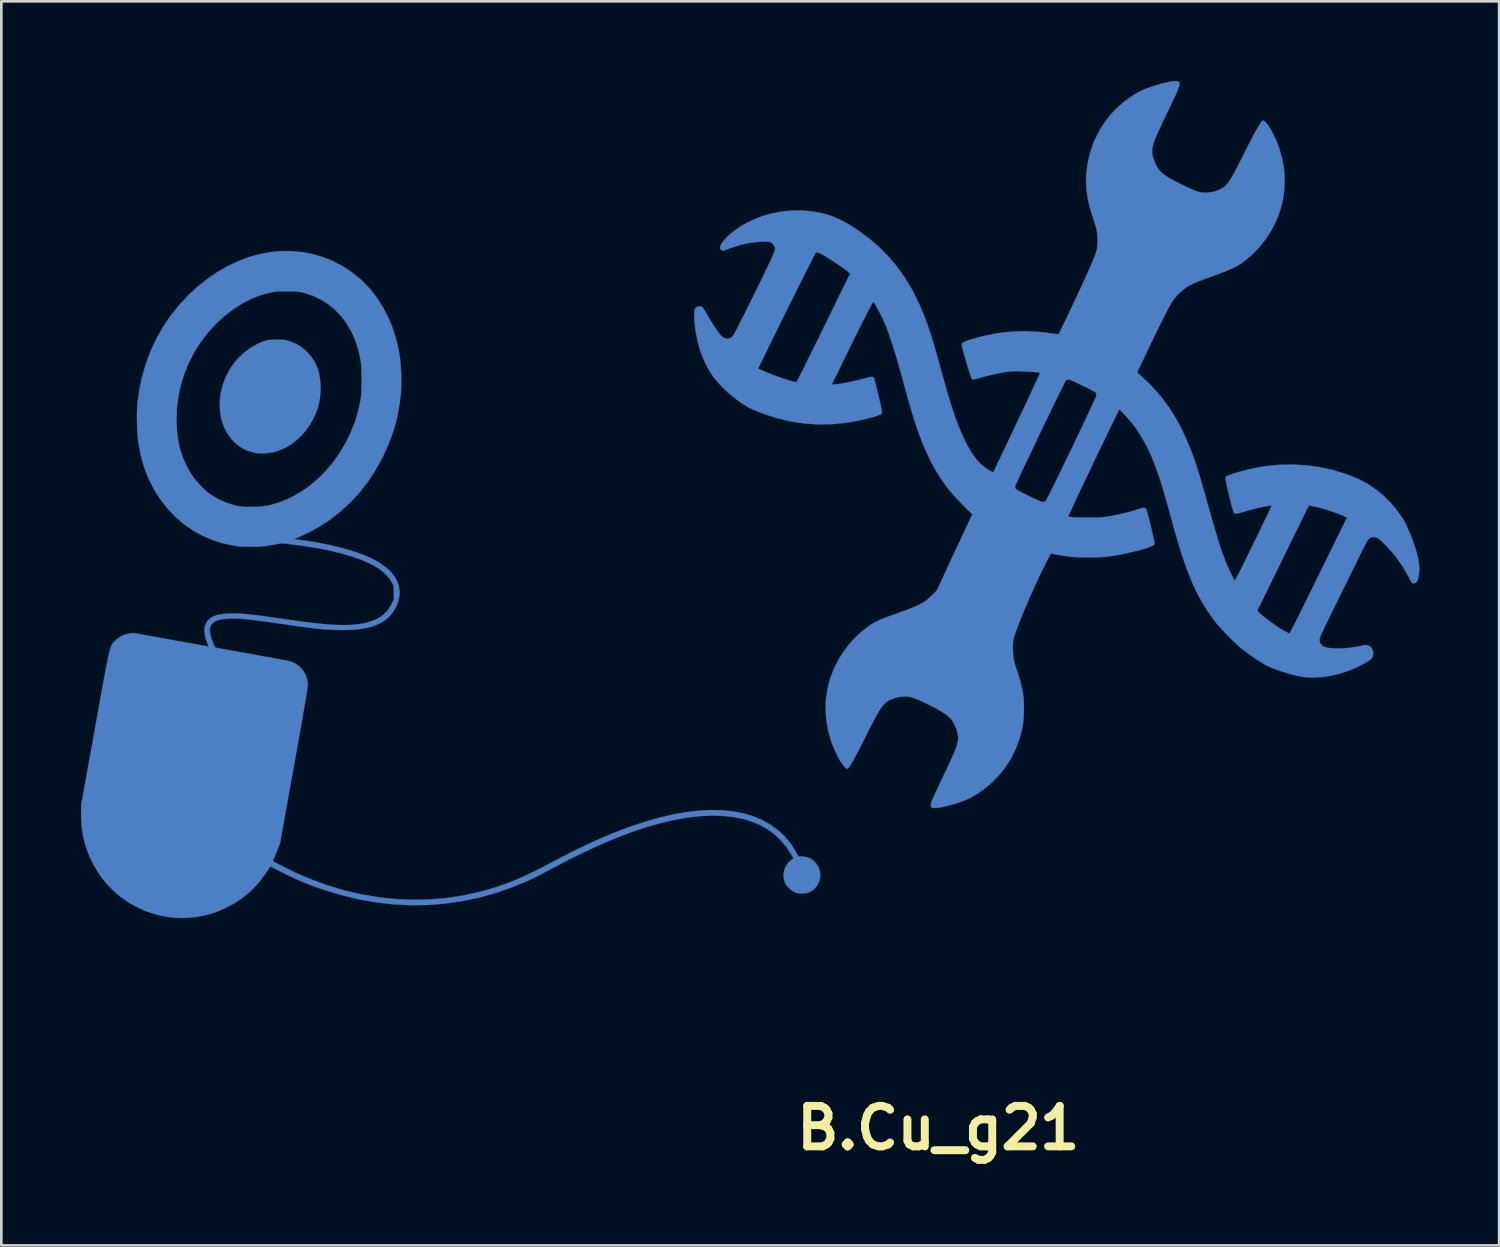
<source format=kicad_pcb>
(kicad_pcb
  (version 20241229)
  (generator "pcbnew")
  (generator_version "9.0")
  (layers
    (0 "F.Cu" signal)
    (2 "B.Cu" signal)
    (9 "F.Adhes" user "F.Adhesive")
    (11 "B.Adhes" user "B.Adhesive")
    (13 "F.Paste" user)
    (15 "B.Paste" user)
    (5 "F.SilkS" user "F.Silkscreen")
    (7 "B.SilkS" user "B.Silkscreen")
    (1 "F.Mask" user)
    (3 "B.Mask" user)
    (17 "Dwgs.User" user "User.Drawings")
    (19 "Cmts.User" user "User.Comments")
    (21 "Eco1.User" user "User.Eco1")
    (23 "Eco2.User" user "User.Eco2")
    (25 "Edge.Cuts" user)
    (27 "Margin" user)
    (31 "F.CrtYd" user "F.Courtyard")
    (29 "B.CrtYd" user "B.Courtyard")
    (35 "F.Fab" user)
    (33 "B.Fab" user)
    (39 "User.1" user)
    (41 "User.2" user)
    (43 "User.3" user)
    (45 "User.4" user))
  (footprint "B.Cu_g21"
    (layer "F.Cu")
    (at 32.285 39.432)
    (property "Reference" "B.Cu_g21" (at 0 0 0) (layer "F.SilkS") (effects (font (size 1.524 1.524) (thickness 0.3))))
    (attr through_hole)
    (fp_poly (pts (xy -24.783 -29.688) (xy -24.69 -29.685) (xy -24.618 -29.68) (xy -24.557 -29.669) (xy -24.495 -29.653) (xy -24.423 -29.63) (xy -24.403 -29.622) (xy -24.211 -29.546) (xy -24.047 -29.456) (xy -23.897 -29.344) (xy -23.773 -29.229) (xy -23.611 -29.046) (xy -23.482 -28.852) (xy -23.385 -28.643) (xy -23.316 -28.415) (xy -23.276 -28.162) (xy -23.261 -27.88) (xy -23.261 -27.849) (xy -23.277 -27.547) (xy -23.326 -27.265) (xy -23.41 -26.995) (xy -23.422 -26.963) (xy -23.558 -26.669) (xy -23.722 -26.4) (xy -23.912 -26.157) (xy -24.125 -25.943) (xy -24.357 -25.76) (xy -24.607 -25.612) (xy -24.872 -25.5) (xy -24.999 -25.461) (xy -25.144 -25.432) (xy -25.308 -25.414) (xy -25.475 -25.408) (xy -25.633 -25.414) (xy -25.766 -25.433) (xy -25.766 -25.433) (xy -26.015 -25.509) (xy -26.24 -25.619) (xy -26.441 -25.764) (xy -26.617 -25.941) (xy -26.767 -26.151) (xy -26.892 -26.393) (xy -26.986 -26.653) (xy -27.019 -26.801) (xy -27.043 -26.978) (xy -27.055 -27.168) (xy -27.055 -27.36) (xy -27.043 -27.541) (xy -27.027 -27.655) (xy -26.948 -27.979) (xy -26.832 -28.287) (xy -26.683 -28.573) (xy -26.502 -28.835) (xy -26.354 -29.005) (xy -26.118 -29.225) (xy -25.869 -29.406) (xy -25.605 -29.547) (xy -25.424 -29.618) (xy -25.343 -29.646) (xy -25.278 -29.665) (xy -25.216 -29.677) (xy -25.149 -29.684) (xy -25.064 -29.687) (xy -24.951 -29.688) (xy -24.907 -29.688) (xy -24.783 -29.688)) (stroke (width 0.01) (type solid)) (fill yes) (layer "B.Cu"))
    (fp_poly (pts (xy -24.367 -33.027) (xy -23.948 -32.987) (xy -23.54 -32.907) (xy -23.145 -32.79) (xy -22.767 -32.635) (xy -22.408 -32.445) (xy -22.068 -32.219) (xy -21.752 -31.959) (xy -21.46 -31.666) (xy -21.399 -31.598) (xy -21.135 -31.26) (xy -20.902 -30.895) (xy -20.701 -30.505) (xy -20.534 -30.094) (xy -20.401 -29.663) (xy -20.304 -29.214) (xy -20.272 -29.008) (xy -20.253 -28.832) (xy -20.238 -28.628) (xy -20.228 -28.408) (xy -20.224 -28.185) (xy -20.225 -27.972) (xy -20.231 -27.78) (xy -20.238 -27.686) (xy -20.286 -27.263) (xy -20.357 -26.859) (xy -20.453 -26.468) (xy -20.577 -26.081) (xy -20.731 -25.689) (xy -20.917 -25.285) (xy -20.965 -25.19) (xy -21.217 -24.736) (xy -21.5 -24.31) (xy -21.813 -23.912) (xy -22.156 -23.544) (xy -22.529 -23.205) (xy -22.931 -22.897) (xy -23.093 -22.787) (xy -23.351 -22.626) (xy -23.625 -22.473) (xy -23.899 -22.336) (xy -24.061 -22.264) (xy -24.267 -22.176) (xy -24.052 -22.15) (xy -23.669 -22.098) (xy -23.289 -22.033) (xy -22.917 -21.957) (xy -22.559 -21.872) (xy -22.219 -21.778) (xy -21.904 -21.679) (xy -21.619 -21.574) (xy -21.369 -21.465) (xy -21.32 -21.442) (xy -21.053 -21.293) (xy -20.824 -21.134) (xy -20.636 -20.965) (xy -20.488 -20.787) (xy -20.38 -20.599) (xy -20.313 -20.402) (xy -20.287 -20.197) (xy -20.299 -19.994) (xy -20.34 -19.827) (xy -20.409 -19.652) (xy -20.5 -19.485) (xy -20.606 -19.337) (xy -20.669 -19.267) (xy -20.828 -19.132) (xy -21.007 -19.019) (xy -21.209 -18.927) (xy -21.436 -18.855) (xy -21.692 -18.803) (xy -21.978 -18.77) (xy -22.298 -18.755) (xy -22.62 -18.757) (xy -22.786 -18.763) (xy -22.944 -18.77) (xy -23.1 -18.78) (xy -23.261 -18.793) (xy -23.432 -18.81) (xy -23.618 -18.832) (xy -23.826 -18.858) (xy -24.063 -18.89) (xy -24.332 -18.929) (xy -24.425 -18.942) (xy -24.75 -18.989) (xy -25.037 -19.03) (xy -25.289 -19.066) (xy -25.509 -19.096) (xy -25.701 -19.121) (xy -25.869 -19.142) (xy -26.014 -19.158) (xy -26.142 -19.171) (xy -26.254 -19.18) (xy -26.355 -19.186) (xy -26.447 -19.189) (xy -26.535 -19.19) (xy -26.62 -19.189) (xy -26.707 -19.185) (xy -26.711 -19.185) (xy -26.901 -19.171) (xy -27.055 -19.146) (xy -27.178 -19.108) (xy -27.275 -19.056) (xy -27.352 -18.988) (xy -27.387 -18.942) (xy -27.425 -18.848) (xy -27.434 -18.725) (xy -27.412 -18.574) (xy -27.36 -18.396) (xy -27.307 -18.257) (xy -27.272 -18.182) (xy -27.238 -18.124) (xy -27.211 -18.094) (xy -27.207 -18.093) (xy -27.177 -18.086) (xy -27.112 -18.073) (xy -27.019 -18.056) (xy -26.903 -18.034) (xy -26.771 -18.011) (xy -26.7 -17.998) (xy -26.334 -17.932) (xy -26.006 -17.873) (xy -25.716 -17.821) (xy -25.46 -17.775) (xy -25.238 -17.734) (xy -25.046 -17.699) (xy -24.883 -17.669) (xy -24.746 -17.643) (xy -24.633 -17.622) (xy -24.543 -17.604) (xy -24.473 -17.589) (xy -24.421 -17.578) (xy -24.385 -17.569) (xy -24.367 -17.564) (xy -24.197 -17.487) (xy -24.049 -17.378) (xy -23.926 -17.241) (xy -23.831 -17.082) (xy -23.769 -16.906) (xy -23.743 -16.719) (xy -23.743 -16.69) (xy -23.746 -16.648) (xy -23.756 -16.572) (xy -23.773 -16.459) (xy -23.797 -16.311) (xy -23.827 -16.127) (xy -23.865 -15.905) (xy -23.909 -15.646) (xy -23.961 -15.348) (xy -24.02 -15.012) (xy -24.087 -14.636) (xy -24.161 -14.22) (xy -24.243 -13.764) (xy -24.267 -13.631) (xy -24.791 -10.72) (xy -24.893 -10.462) (xy -24.935 -10.358) (xy -24.974 -10.261) (xy -25.006 -10.182) (xy -25.028 -10.131) (xy -25.029 -10.128) (xy -25.063 -10.052) (xy -24.807 -9.916) (xy -24.199 -9.614) (xy -23.583 -9.351) (xy -22.96 -9.127) (xy -22.331 -8.941) (xy -21.698 -8.795) (xy -21.062 -8.689) (xy -20.426 -8.622) (xy -19.791 -8.595) (xy -19.157 -8.609) (xy -18.528 -8.662) (xy -17.904 -8.756) (xy -17.287 -8.89) (xy -17.037 -8.957) (xy -16.739 -9.045) (xy -16.453 -9.139) (xy -16.172 -9.241) (xy -15.89 -9.355) (xy -15.599 -9.482) (xy -15.295 -9.626) (xy -14.969 -9.789) (xy -14.619 -9.973) (xy -14.205 -10.192) (xy -13.817 -10.39) (xy -13.45 -10.571) (xy -13.095 -10.738) (xy -12.745 -10.894) (xy -12.394 -11.043) (xy -12.155 -11.141) (xy -11.585 -11.356) (xy -11.032 -11.54) (xy -10.497 -11.692) (xy -9.982 -11.811) (xy -9.486 -11.898) (xy -9.011 -11.954) (xy -8.557 -11.976) (xy -8.126 -11.967) (xy -7.717 -11.925) (xy -7.333 -11.85) (xy -6.972 -11.743) (xy -6.638 -11.603) (xy -6.599 -11.584) (xy -6.295 -11.409) (xy -6.019 -11.204) (xy -5.772 -10.971) (xy -5.556 -10.711) (xy -5.374 -10.426) (xy -5.346 -10.374) (xy -5.27 -10.23) (xy -5.125 -10.227) (xy -4.962 -10.205) (xy -4.815 -10.147) (xy -4.688 -10.06) (xy -4.584 -9.948) (xy -4.506 -9.816) (xy -4.457 -9.67) (xy -4.441 -9.513) (xy -4.461 -9.352) (xy -4.488 -9.264) (xy -4.557 -9.135) (xy -4.657 -9.018) (xy -4.777 -8.924) (xy -4.88 -8.872) (xy -5.018 -8.839) (xy -5.168 -8.832) (xy -5.315 -8.852) (xy -5.444 -8.898) (xy -5.554 -8.972) (xy -5.658 -9.073) (xy -5.741 -9.185) (xy -5.773 -9.245) (xy -5.818 -9.397) (xy -5.827 -9.555) (xy -5.801 -9.712) (xy -5.742 -9.859) (xy -5.654 -9.989) (xy -5.548 -10.087) (xy -5.452 -10.156) (xy -5.518 -10.274) (xy -5.704 -10.563) (xy -5.919 -10.824) (xy -6.161 -11.054) (xy -6.43 -11.252) (xy -6.688 -11.399) (xy -7.008 -11.536) (xy -7.355 -11.642) (xy -7.727 -11.715) (xy -8.124 -11.757) (xy -8.544 -11.767) (xy -8.987 -11.745) (xy -9.452 -11.691) (xy -9.937 -11.606) (xy -10.443 -11.489) (xy -10.968 -11.34) (xy -11.339 -11.22) (xy -11.721 -11.084) (xy -12.111 -10.933) (xy -12.512 -10.766) (xy -12.929 -10.581) (xy -13.364 -10.377) (xy -13.821 -10.152) (xy -14.305 -9.903) (xy -14.745 -9.67) (xy -14.887 -9.594) (xy -15.036 -9.517) (xy -15.181 -9.444) (xy -15.311 -9.38) (xy -15.417 -9.329) (xy -15.437 -9.32) (xy -16.056 -9.064) (xy -16.681 -8.848) (xy -17.312 -8.674) (xy -17.948 -8.542) (xy -18.589 -8.45) (xy -19.234 -8.401) (xy -19.882 -8.392) (xy -20.533 -8.426) (xy -21.186 -8.5) (xy -21.84 -8.617) (xy -22.494 -8.775) (xy -23.124 -8.966) (xy -23.471 -9.087) (xy -23.791 -9.209) (xy -24.1 -9.339) (xy -24.412 -9.483) (xy -24.707 -9.628) (xy -24.832 -9.692) (xy -24.944 -9.748) (xy -25.038 -9.795) (xy -25.108 -9.829) (xy -25.149 -9.849) (xy -25.159 -9.852) (xy -25.188 -9.803) (xy -25.237 -9.728) (xy -25.3 -9.636) (xy -25.372 -9.534) (xy -25.448 -9.43) (xy -25.521 -9.332) (xy -25.586 -9.249) (xy -25.638 -9.187) (xy -25.905 -8.913) (xy -26.201 -8.669) (xy -26.52 -8.456) (xy -26.859 -8.275) (xy -27.215 -8.128) (xy -27.582 -8.018) (xy -27.959 -7.945) (xy -28.339 -7.912) (xy -28.509 -7.91) (xy -28.607 -7.913) (xy -28.696 -7.916) (xy -28.763 -7.919) (xy -28.787 -7.921) (xy -28.972 -7.945) (xy -29.127 -7.969) (xy -29.266 -7.996) (xy -29.396 -8.026) (xy -29.772 -8.142) (xy -30.131 -8.294) (xy -30.471 -8.482) (xy -30.788 -8.702) (xy -31.081 -8.954) (xy -31.347 -9.234) (xy -31.585 -9.54) (xy -31.791 -9.872) (xy -31.965 -10.225) (xy -32.066 -10.49) (xy -32.151 -10.762) (xy -32.212 -11.029) (xy -32.253 -11.302) (xy -32.275 -11.593) (xy -32.28 -11.842) (xy -32.28 -12.15) (xy -31.755 -15.066) (xy -31.68 -15.482) (xy -31.612 -15.859) (xy -31.551 -16.199) (xy -31.496 -16.504) (xy -31.446 -16.775) (xy -31.402 -17.016) (xy -31.362 -17.228) (xy -31.327 -17.414) (xy -31.295 -17.574) (xy -31.266 -17.712) (xy -31.241 -17.829) (xy -31.217 -17.928) (xy -31.195 -18.01) (xy -31.175 -18.078) (xy -31.155 -18.133) (xy -31.136 -18.178) (xy -31.117 -18.215) (xy -31.097 -18.246) (xy -31.076 -18.273) (xy -31.053 -18.297) (xy -31.028 -18.322) (xy -31.001 -18.349) (xy -30.991 -18.359) (xy -30.889 -18.448) (xy -30.777 -18.522) (xy -30.744 -18.539) (xy -30.638 -18.58) (xy -30.519 -18.613) (xy -30.402 -18.634) (xy -30.301 -18.64) (xy -30.259 -18.636) (xy -30.227 -18.631) (xy -30.158 -18.618) (xy -30.055 -18.6) (xy -29.921 -18.576) (xy -29.761 -18.547) (xy -29.578 -18.513) (xy -29.376 -18.477) (xy -29.158 -18.437) (xy -28.928 -18.395) (xy -28.867 -18.384) (xy -28.636 -18.342) (xy -28.417 -18.303) (xy -28.214 -18.266) (xy -28.029 -18.233) (xy -27.867 -18.204) (xy -27.731 -18.18) (xy -27.624 -18.161) (xy -27.551 -18.149) (xy -27.514 -18.143) (xy -27.511 -18.143) (xy -27.497 -18.151) (xy -27.5 -18.18) (xy -27.52 -18.237) (xy -27.531 -18.263) (xy -27.6 -18.468) (xy -27.634 -18.655) (xy -27.632 -18.822) (xy -27.594 -18.97) (xy -27.569 -19.023) (xy -27.504 -19.118) (xy -27.417 -19.198) (xy -27.308 -19.263) (xy -27.175 -19.314) (xy -27.015 -19.35) (xy -26.826 -19.372) (xy -26.608 -19.38) (xy -26.357 -19.375) (xy -26.073 -19.356) (xy -25.753 -19.323) (xy -25.395 -19.278) (xy -25.306 -19.265) (xy -25.19 -19.248) (xy -25.042 -19.227) (xy -24.871 -19.203) (xy -24.687 -19.176) (xy -24.499 -19.149) (xy -24.315 -19.122) (xy -24.299 -19.12) (xy -23.892 -19.064) (xy -23.523 -19.018) (xy -23.188 -18.983) (xy -22.885 -18.959) (xy -22.61 -18.945) (xy -22.36 -18.941) (xy -22.133 -18.948) (xy -21.924 -18.965) (xy -21.732 -18.991) (xy -21.553 -19.028) (xy -21.522 -19.036) (xy -21.283 -19.11) (xy -21.08 -19.204) (xy -20.908 -19.32) (xy -20.764 -19.461) (xy -20.646 -19.629) (xy -20.601 -19.713) (xy -20.502 -19.911) (xy -20.502 -20.154) (xy -20.503 -20.261) (xy -20.506 -20.337) (xy -20.515 -20.395) (xy -20.53 -20.446) (xy -20.554 -20.502) (xy -20.573 -20.542) (xy -20.646 -20.661) (xy -20.748 -20.788) (xy -20.87 -20.912) (xy -21.004 -21.023) (xy -21.079 -21.077) (xy -21.318 -21.216) (xy -21.597 -21.347) (xy -21.915 -21.469) (xy -22.269 -21.583) (xy -22.659 -21.687) (xy -23.083 -21.782) (xy -23.54 -21.866) (xy -24.029 -21.94) (xy -24.447 -21.992) (xy -24.566 -22.005) (xy -24.655 -22.013) (xy -24.725 -22.015) (xy -24.787 -22.012) (xy -24.853 -22.002) (xy -24.933 -21.987) (xy -24.951 -21.983) (xy -25.138 -21.948) (xy -25.303 -21.922) (xy -25.46 -21.905) (xy -25.623 -21.895) (xy -25.807 -21.891) (xy -25.903 -21.89) (xy -26.07 -21.892) (xy -26.207 -21.896) (xy -26.327 -21.905) (xy -26.442 -21.918) (xy -26.562 -21.937) (xy -26.977 -22.03) (xy -27.374 -22.16) (xy -27.751 -22.326) (xy -28.107 -22.529) (xy -28.442 -22.767) (xy -28.752 -23.038) (xy -29.05 -23.355) (xy -29.314 -23.696) (xy -29.543 -24.061) (xy -29.738 -24.449) (xy -29.899 -24.862) (xy -30.025 -25.298) (xy -30.116 -25.757) (xy -30.131 -25.858) (xy -30.148 -26.008) (xy -30.161 -26.187) (xy -30.171 -26.387) (xy -30.176 -26.596) (xy -30.177 -26.629) (xy -28.69 -26.629) (xy -28.663 -26.178) (xy -28.618 -25.851) (xy -28.552 -25.563) (xy -28.453 -25.267) (xy -28.328 -24.977) (xy -28.181 -24.703) (xy -28.112 -24.594) (xy -28.012 -24.458) (xy -27.89 -24.312) (xy -27.755 -24.168) (xy -27.616 -24.033) (xy -27.481 -23.917) (xy -27.376 -23.841) (xy -27.093 -23.676) (xy -26.795 -23.545) (xy -26.49 -23.45) (xy -26.335 -23.418) (xy -26.197 -23.401) (xy -26.03 -23.393) (xy -25.846 -23.392) (xy -25.657 -23.399) (xy -25.473 -23.413) (xy -25.308 -23.434) (xy -25.19 -23.456) (xy -24.862 -23.549) (xy -24.551 -23.668) (xy -24.366 -23.755) (xy -24.012 -23.954) (xy -23.674 -24.189) (xy -23.356 -24.458) (xy -23.059 -24.757) (xy -22.785 -25.083) (xy -22.537 -25.434) (xy -22.316 -25.806) (xy -22.126 -26.196) (xy -21.967 -26.602) (xy -21.842 -27.02) (xy -21.768 -27.361) (xy -21.753 -27.452) (xy -21.741 -27.535) (xy -21.732 -27.619) (xy -21.726 -27.71) (xy -21.722 -27.816) (xy -21.72 -27.947) (xy -21.72 -28.108) (xy -21.719 -28.179) (xy -21.72 -28.354) (xy -21.721 -28.495) (xy -21.724 -28.61) (xy -21.73 -28.705) (xy -21.737 -28.789) (xy -21.748 -28.87) (xy -21.762 -28.955) (xy -21.767 -28.987) (xy -21.853 -29.354) (xy -21.97 -29.699) (xy -22.117 -30.02) (xy -22.292 -30.315) (xy -22.495 -30.582) (xy -22.723 -30.82) (xy -22.976 -31.027) (xy -23.252 -31.202) (xy -23.549 -31.342) (xy -23.858 -31.445) (xy -23.946 -31.468) (xy -24.019 -31.485) (xy -24.086 -31.497) (xy -24.155 -31.505) (xy -24.235 -31.509) (xy -24.337 -31.511) (xy -24.467 -31.512) (xy -24.53 -31.512) (xy -24.686 -31.511) (xy -24.81 -31.508) (xy -24.911 -31.503) (xy -24.997 -31.495) (xy -25.078 -31.482) (xy -25.162 -31.466) (xy -25.513 -31.369) (xy -25.862 -31.232) (xy -26.205 -31.057) (xy -26.54 -30.844) (xy -26.864 -30.596) (xy -27.174 -30.315) (xy -27.21 -30.279) (xy -27.518 -29.941) (xy -27.792 -29.58) (xy -28.031 -29.199) (xy -28.234 -28.799) (xy -28.401 -28.385) (xy -28.531 -27.959) (xy -28.623 -27.522) (xy -28.676 -27.078) (xy -28.69 -26.629) (xy -30.177 -26.629) (xy -30.178 -26.802) (xy -30.175 -26.995) (xy -30.168 -27.164) (xy -30.164 -27.225) (xy -30.098 -27.749) (xy -29.993 -28.262) (xy -29.85 -28.762) (xy -29.669 -29.247) (xy -29.452 -29.714) (xy -29.199 -30.163) (xy -28.911 -30.59) (xy -28.589 -30.993) (xy -28.268 -31.339) (xy -27.913 -31.67) (xy -27.542 -31.967) (xy -27.159 -32.23) (xy -26.765 -32.458) (xy -26.364 -32.648) (xy -25.955 -32.802) (xy -25.543 -32.917) (xy -25.128 -32.993) (xy -24.714 -33.028) (xy -24.367 -33.027)) (stroke (width 0.01) (type solid)) (fill yes) (layer "B.Cu"))
    (fp_poly (pts (xy 9.028 -39.415) (xy 9.031 -39.414) (xy 9.057 -39.4) (xy 9.076 -39.382) (xy 9.087 -39.356) (xy 9.089 -39.321) (xy 9.082 -39.273) (xy 9.063 -39.21) (xy 9.033 -39.127) (xy 8.989 -39.023) (xy 8.932 -38.894) (xy 8.86 -38.738) (xy 8.771 -38.551) (xy 8.666 -38.331) (xy 8.615 -38.226) (xy 8.49 -37.967) (xy 8.384 -37.741) (xy 8.294 -37.547) (xy 8.22 -37.379) (xy 8.161 -37.235) (xy 8.116 -37.111) (xy 8.084 -37.003) (xy 8.063 -36.908) (xy 8.054 -36.823) (xy 8.054 -36.744) (xy 8.064 -36.667) (xy 8.081 -36.589) (xy 8.105 -36.507) (xy 8.118 -36.468) (xy 8.164 -36.344) (xy 8.214 -36.235) (xy 8.273 -36.138) (xy 8.344 -36.049) (xy 8.433 -35.964) (xy 8.541 -35.881) (xy 8.675 -35.795) (xy 8.837 -35.702) (xy 9.032 -35.6) (xy 9.168 -35.532) (xy 9.349 -35.444) (xy 9.499 -35.374) (xy 9.623 -35.32) (xy 9.729 -35.281) (xy 9.823 -35.254) (xy 9.909 -35.237) (xy 9.995 -35.229) (xy 10.078 -35.227) (xy 10.262 -35.242) (xy 10.446 -35.284) (xy 10.616 -35.35) (xy 10.743 -35.423) (xy 10.794 -35.463) (xy 10.845 -35.513) (xy 10.899 -35.577) (xy 10.956 -35.657) (xy 11.02 -35.757) (xy 11.092 -35.879) (xy 11.174 -36.028) (xy 11.268 -36.205) (xy 11.376 -36.415) (xy 11.482 -36.625) (xy 11.568 -36.796) (xy 11.65 -36.958) (xy 11.726 -37.108) (xy 11.793 -37.24) (xy 11.849 -37.35) (xy 11.893 -37.434) (xy 11.92 -37.486) (xy 11.926 -37.496) (xy 12.011 -37.644) (xy 12.079 -37.758) (xy 12.132 -37.841) (xy 12.172 -37.898) (xy 12.202 -37.93) (xy 12.224 -37.942) (xy 12.227 -37.943) (xy 12.279 -37.923) (xy 12.344 -37.863) (xy 12.42 -37.765) (xy 12.507 -37.629) (xy 12.591 -37.481) (xy 12.73 -37.19) (xy 12.849 -36.871) (xy 12.944 -36.536) (xy 13.011 -36.196) (xy 13.016 -36.16) (xy 13.037 -35.951) (xy 13.044 -35.717) (xy 13.039 -35.473) (xy 13.02 -35.232) (xy 12.99 -35.011) (xy 12.975 -34.931) (xy 12.872 -34.543) (xy 12.73 -34.17) (xy 12.551 -33.815) (xy 12.336 -33.481) (xy 12.087 -33.168) (xy 11.853 -32.926) (xy 11.704 -32.789) (xy 11.563 -32.672) (xy 11.422 -32.569) (xy 11.274 -32.477) (xy 11.114 -32.392) (xy 10.933 -32.31) (xy 10.724 -32.226) (xy 10.498 -32.143) (xy 10.243 -32.052) (xy 10.026 -31.972) (xy 9.843 -31.902) (xy 9.691 -31.84) (xy 9.567 -31.786) (xy 9.468 -31.737) (xy 9.39 -31.694) (xy 9.369 -31.68) (xy 9.246 -31.589) (xy 9.12 -31.482) (xy 9.001 -31.366) (xy 8.899 -31.251) (xy 8.822 -31.147) (xy 8.809 -31.127) (xy 8.739 -31.002) (xy 8.653 -30.842) (xy 8.553 -30.65) (xy 8.441 -30.43) (xy 8.318 -30.184) (xy 8.187 -29.917) (xy 8.048 -29.631) (xy 7.904 -29.329) (xy 7.896 -29.313) (xy 7.488 -28.455) (xy 7.608 -28.349) (xy 7.916 -28.064) (xy 8.198 -27.767) (xy 8.459 -27.456) (xy 8.7 -27.125) (xy 8.923 -26.771) (xy 9.131 -26.391) (xy 9.327 -25.981) (xy 9.512 -25.537) (xy 9.689 -25.055) (xy 9.7 -25.022) (xy 9.728 -24.937) (xy 9.766 -24.816) (xy 9.811 -24.665) (xy 9.864 -24.488) (xy 9.922 -24.291) (xy 9.983 -24.078) (xy 10.047 -23.856) (xy 10.111 -23.627) (xy 10.152 -23.481) (xy 10.25 -23.131) (xy 10.339 -22.818) (xy 10.42 -22.539) (xy 10.494 -22.29) (xy 10.563 -22.068) (xy 10.627 -21.87) (xy 10.687 -21.691) (xy 10.746 -21.529) (xy 10.803 -21.379) (xy 10.861 -21.239) (xy 10.92 -21.105) (xy 10.981 -20.974) (xy 11.037 -20.861) (xy 11.162 -20.612) (xy 11.206 -20.683) (xy 11.229 -20.725) (xy 11.267 -20.798) (xy 11.319 -20.9) (xy 11.383 -21.026) (xy 11.457 -21.173) (xy 11.538 -21.337) (xy 11.627 -21.515) (xy 11.719 -21.704) (xy 11.815 -21.898) (xy 11.912 -22.096) (xy 12.008 -22.293) (xy 12.102 -22.486) (xy 12.191 -22.671) (xy 12.275 -22.845) (xy 12.351 -23.003) (xy 12.418 -23.143) (xy 12.473 -23.26) (xy 12.515 -23.352) (xy 12.543 -23.414) (xy 12.554 -23.443) (xy 12.554 -23.444) (xy 12.533 -23.443) (xy 12.479 -23.436) (xy 12.4 -23.423) (xy 12.31 -23.408) (xy 11.961 -23.336) (xy 11.6 -23.239) (xy 11.46 -23.196) (xy 11.345 -23.161) (xy 11.261 -23.142) (xy 11.202 -23.138) (xy 11.162 -23.148) (xy 11.133 -23.171) (xy 11.12 -23.2) (xy 11.1 -23.265) (xy 11.073 -23.36) (xy 11.04 -23.48) (xy 11.005 -23.619) (xy 10.967 -23.773) (xy 10.95 -23.841) (xy 10.906 -24.028) (xy 10.872 -24.177) (xy 10.846 -24.294) (xy 10.829 -24.382) (xy 10.82 -24.445) (xy 10.817 -24.487) (xy 10.82 -24.512) (xy 10.822 -24.517) (xy 10.854 -24.544) (xy 10.923 -24.578) (xy 11.022 -24.616) (xy 11.147 -24.657) (xy 11.292 -24.7) (xy 11.452 -24.744) (xy 11.623 -24.788) (xy 11.798 -24.828) (xy 11.973 -24.866) (xy 12.143 -24.898) (xy 12.302 -24.923) (xy 12.33 -24.927) (xy 12.84 -24.977) (xy 13.351 -24.988) (xy 13.858 -24.959) (xy 14.358 -24.891) (xy 14.848 -24.785) (xy 15.325 -24.642) (xy 15.785 -24.461) (xy 15.805 -24.452) (xy 16.127 -24.286) (xy 16.438 -24.083) (xy 16.732 -23.847) (xy 17.005 -23.584) (xy 17.252 -23.296) (xy 17.469 -22.989) (xy 17.574 -22.813) (xy 17.61 -22.742) (xy 17.656 -22.646) (xy 17.703 -22.539) (xy 17.734 -22.465) (xy 17.852 -22.167) (xy 17.946 -21.901) (xy 18.02 -21.662) (xy 18.072 -21.448) (xy 18.104 -21.253) (xy 18.117 -21.076) (xy 18.111 -20.912) (xy 18.094 -20.788) (xy 18.064 -20.665) (xy 18.026 -20.581) (xy 17.98 -20.532) (xy 17.921 -20.513) (xy 17.911 -20.513) (xy 17.882 -20.514) (xy 17.859 -20.522) (xy 17.836 -20.541) (xy 17.81 -20.579) (xy 17.775 -20.639) (xy 17.728 -20.728) (xy 17.698 -20.786) (xy 17.478 -21.166) (xy 17.222 -21.526) (xy 16.932 -21.864) (xy 16.825 -21.974) (xy 16.722 -22.075) (xy 16.642 -22.148) (xy 16.577 -22.199) (xy 16.523 -22.231) (xy 16.473 -22.248) (xy 16.42 -22.254) (xy 16.404 -22.254) (xy 16.344 -22.251) (xy 16.293 -22.239) (xy 16.248 -22.215) (xy 16.204 -22.173) (xy 16.157 -22.109) (xy 16.105 -22.019) (xy 16.042 -21.898) (xy 15.986 -21.786) (xy 15.946 -21.705) (xy 15.889 -21.589) (xy 15.818 -21.444) (xy 15.734 -21.274) (xy 15.639 -21.081) (xy 15.535 -20.871) (xy 15.424 -20.646) (xy 15.309 -20.412) (xy 15.19 -20.172) (xy 15.079 -19.947) (xy 14.944 -19.674) (xy 14.827 -19.436) (xy 14.727 -19.23) (xy 14.641 -19.054) (xy 14.569 -18.906) (xy 14.511 -18.782) (xy 14.463 -18.681) (xy 14.427 -18.599) (xy 14.399 -18.534) (xy 14.38 -18.483) (xy 14.367 -18.444) (xy 14.36 -18.415) (xy 14.358 -18.393) (xy 14.358 -18.391) (xy 14.373 -18.285) (xy 14.422 -18.201) (xy 14.506 -18.138) (xy 14.626 -18.096) (xy 14.71 -18.081) (xy 14.974 -18.06) (xy 15.257 -18.064) (xy 15.548 -18.092) (xy 15.831 -18.143) (xy 15.915 -18.163) (xy 16.023 -18.186) (xy 16.105 -18.191) (xy 16.177 -18.178) (xy 16.25 -18.146) (xy 16.25 -18.145) (xy 16.312 -18.091) (xy 16.357 -18.009) (xy 16.379 -17.91) (xy 16.381 -17.876) (xy 16.373 -17.795) (xy 16.347 -17.726) (xy 16.297 -17.663) (xy 16.218 -17.599) (xy 16.105 -17.529) (xy 16.098 -17.524) (xy 15.784 -17.361) (xy 15.458 -17.225) (xy 15.125 -17.115) (xy 14.791 -17.035) (xy 14.46 -16.984) (xy 14.14 -16.964) (xy 13.835 -16.977) (xy 13.665 -17) (xy 13.498 -17.034) (xy 13.312 -17.08) (xy 13.117 -17.136) (xy 12.92 -17.198) (xy 12.732 -17.263) (xy 12.562 -17.329) (xy 12.419 -17.391) (xy 12.355 -17.424) (xy 12.232 -17.495) (xy 12.087 -17.585) (xy 11.93 -17.688) (xy 11.771 -17.796) (xy 11.621 -17.903) (xy 11.489 -18.001) (xy 11.452 -18.03) (xy 11.349 -18.117) (xy 11.226 -18.229) (xy 11.091 -18.358) (xy 10.951 -18.497) (xy 10.813 -18.638) (xy 10.684 -18.774) (xy 10.572 -18.898) (xy 10.485 -19.002) (xy 10.484 -19.003) (xy 10.314 -19.226) (xy 10.155 -19.451) (xy 10.133 -19.485) (xy 12.018 -19.485) (xy 12.035 -19.46) (xy 12.08 -19.414) (xy 12.148 -19.353) (xy 12.235 -19.28) (xy 12.335 -19.2) (xy 12.443 -19.117) (xy 12.553 -19.034) (xy 12.66 -18.957) (xy 12.76 -18.889) (xy 12.793 -18.867) (xy 12.898 -18.802) (xy 12.998 -18.741) (xy 13.089 -18.69) (xy 13.162 -18.651) (xy 13.21 -18.629) (xy 13.224 -18.626) (xy 13.237 -18.644) (xy 13.267 -18.697) (xy 13.311 -18.781) (xy 13.369 -18.893) (xy 13.439 -19.029) (xy 13.519 -19.187) (xy 13.607 -19.364) (xy 13.702 -19.555) (xy 13.802 -19.758) (xy 13.805 -19.763) (xy 13.927 -20.011) (xy 14.061 -20.283) (xy 14.202 -20.571) (xy 14.347 -20.865) (xy 14.491 -21.157) (xy 14.629 -21.439) (xy 14.758 -21.7) (xy 14.873 -21.934) (xy 14.879 -21.946) (xy 15.394 -22.991) (xy 15.233 -23.066) (xy 15.11 -23.118) (xy 14.958 -23.175) (xy 14.786 -23.233) (xy 14.607 -23.29) (xy 14.43 -23.341) (xy 14.267 -23.384) (xy 14.213 -23.396) (xy 14.117 -23.417) (xy 14.037 -23.433) (xy 13.981 -23.443) (xy 13.958 -23.445) (xy 13.958 -23.445) (xy 13.947 -23.425) (xy 13.92 -23.37) (xy 13.876 -23.283) (xy 13.819 -23.168) (xy 13.75 -23.027) (xy 13.669 -22.864) (xy 13.579 -22.681) (xy 13.481 -22.482) (xy 13.377 -22.269) (xy 13.267 -22.045) (xy 13.154 -21.814) (xy 13.038 -21.579) (xy 12.922 -21.342) (xy 12.807 -21.107) (xy 12.694 -20.876) (xy 12.585 -20.653) (xy 12.481 -20.441) (xy 12.384 -20.242) (xy 12.296 -20.06) (xy 12.217 -19.897) (xy 12.149 -19.757) (xy 12.093 -19.643) (xy 12.052 -19.558) (xy 12.027 -19.504) (xy 12.018 -19.485) (xy 10.133 -19.485) (xy 10.006 -19.683) (xy 9.866 -19.924) (xy 9.732 -20.178) (xy 9.604 -20.449) (xy 9.481 -20.739) (xy 9.36 -21.051) (xy 9.24 -21.39) (xy 9.12 -21.759) (xy 8.998 -22.16) (xy 8.874 -22.598) (xy 8.798 -22.873) (xy 8.696 -23.247) (xy 8.602 -23.584) (xy 8.515 -23.887) (xy 8.433 -24.159) (xy 8.356 -24.405) (xy 8.283 -24.627) (xy 8.211 -24.83) (xy 8.142 -25.017) (xy 8.072 -25.191) (xy 8.05 -25.243) (xy 7.875 -25.624) (xy 7.691 -25.969) (xy 7.494 -26.279) (xy 7.322 -26.512) (xy 7.255 -26.593) (xy 7.179 -26.682) (xy 7.099 -26.773) (xy 7.02 -26.86) (xy 6.947 -26.937) (xy 6.885 -27) (xy 6.84 -27.042) (xy 6.817 -27.057) (xy 6.817 -27.057) (xy 6.806 -27.038) (xy 6.779 -26.985) (xy 6.735 -26.898) (xy 6.677 -26.78) (xy 6.606 -26.635) (xy 6.523 -26.464) (xy 6.429 -26.27) (xy 6.325 -26.056) (xy 6.212 -25.823) (xy 6.093 -25.575) (xy 5.967 -25.313) (xy 5.842 -25.052) (xy 5.671 -24.695) (xy 5.518 -24.375) (xy 5.383 -24.091) (xy 5.266 -23.842) (xy 5.166 -23.628) (xy 5.082 -23.447) (xy 5.015 -23.3) (xy 4.964 -23.185) (xy 4.928 -23.102) (xy 4.908 -23.049) (xy 4.903 -23.027) (xy 4.904 -23.026) (xy 4.932 -23.018) (xy 4.996 -23.01) (xy 5.09 -23.004) (xy 5.207 -22.999) (xy 5.341 -22.995) (xy 5.485 -22.992) (xy 5.634 -22.991) (xy 5.781 -22.991) (xy 5.919 -22.993) (xy 6.044 -22.996) (xy 6.147 -23.001) (xy 6.221 -23.007) (xy 6.467 -23.044) (xy 6.733 -23.094) (xy 7.003 -23.155) (xy 7.26 -23.223) (xy 7.352 -23.251) (xy 7.464 -23.285) (xy 7.565 -23.315) (xy 7.648 -23.339) (xy 7.703 -23.354) (xy 7.719 -23.358) (xy 7.749 -23.362) (xy 7.775 -23.359) (xy 7.798 -23.345) (xy 7.82 -23.316) (xy 7.843 -23.269) (xy 7.867 -23.199) (xy 7.895 -23.102) (xy 7.928 -22.976) (xy 7.967 -22.815) (xy 8.004 -22.664) (xy 8.047 -22.484) (xy 8.081 -22.339) (xy 8.107 -22.227) (xy 8.125 -22.142) (xy 8.136 -22.079) (xy 8.141 -22.035) (xy 8.141 -22.005) (xy 8.136 -21.984) (xy 8.128 -21.968) (xy 8.09 -21.938) (xy 8.016 -21.902) (xy 7.91 -21.862) (xy 7.777 -21.819) (xy 7.622 -21.774) (xy 7.449 -21.729) (xy 7.264 -21.684) (xy 7.071 -21.641) (xy 6.875 -21.601) (xy 6.681 -21.566) (xy 6.493 -21.536) (xy 6.424 -21.527) (xy 6.291 -21.512) (xy 6.142 -21.501) (xy 5.969 -21.495) (xy 5.765 -21.491) (xy 5.642 -21.491) (xy 5.399 -21.493) (xy 5.186 -21.501) (xy 4.994 -21.514) (xy 4.811 -21.535) (xy 4.626 -21.563) (xy 4.429 -21.601) (xy 4.426 -21.601) (xy 4.242 -21.639) (xy 3.978 -21.129) (xy 3.881 -20.935) (xy 3.776 -20.716) (xy 3.665 -20.477) (xy 3.551 -20.226) (xy 3.437 -19.967) (xy 3.325 -19.706) (xy 3.218 -19.451) (xy 3.118 -19.207) (xy 3.029 -18.979) (xy 2.952 -18.776) (xy 2.891 -18.601) (xy 2.874 -18.551) (xy 2.847 -18.461) (xy 2.829 -18.387) (xy 2.818 -18.315) (xy 2.812 -18.231) (xy 2.811 -18.122) (xy 2.811 -18.082) (xy 2.816 -17.877) (xy 2.836 -17.696) (xy 2.872 -17.522) (xy 2.927 -17.338) (xy 2.949 -17.277) (xy 3.05 -16.971) (xy 3.129 -16.679) (xy 3.185 -16.409) (xy 3.198 -16.325) (xy 3.218 -16.137) (xy 3.227 -15.924) (xy 3.227 -15.7) (xy 3.218 -15.477) (xy 3.199 -15.269) (xy 3.172 -15.088) (xy 3.169 -15.073) (xy 3.076 -14.711) (xy 2.947 -14.351) (xy 2.786 -14.007) (xy 2.673 -13.806) (xy 2.48 -13.522) (xy 2.255 -13.251) (xy 2.005 -12.998) (xy 1.736 -12.77) (xy 1.455 -12.574) (xy 1.201 -12.43) (xy 1.068 -12.369) (xy 0.917 -12.309) (xy 0.754 -12.252) (xy 0.585 -12.199) (xy 0.416 -12.151) (xy 0.253 -12.112) (xy 0.103 -12.081) (xy -0.029 -12.061) (xy -0.136 -12.053) (xy -0.211 -12.058) (xy -0.226 -12.063) (xy -0.272 -12.099) (xy -0.286 -12.164) (xy -0.269 -12.256) (xy -0.25 -12.307) (xy -0.227 -12.361) (xy -0.19 -12.446) (xy -0.14 -12.554) (xy -0.083 -12.678) (xy -0.021 -12.81) (xy 0.006 -12.868) (xy 0.132 -13.133) (xy 0.241 -13.364) (xy 0.335 -13.562) (xy 0.414 -13.732) (xy 0.481 -13.876) (xy 0.537 -13.997) (xy 0.582 -14.098) (xy 0.618 -14.183) (xy 0.647 -14.253) (xy 0.67 -14.313) (xy 0.687 -14.365) (xy 0.701 -14.412) (xy 0.713 -14.457) (xy 0.724 -14.504) (xy 0.729 -14.529) (xy 0.746 -14.613) (xy 0.753 -14.676) (xy 0.75 -14.738) (xy 0.737 -14.815) (xy 0.729 -14.855) (xy 0.701 -14.963) (xy 0.661 -15.081) (xy 0.621 -15.177) (xy 0.566 -15.281) (xy 0.501 -15.374) (xy 0.422 -15.462) (xy 0.325 -15.547) (xy 0.205 -15.633) (xy 0.059 -15.723) (xy -0.119 -15.821) (xy -0.308 -15.917) (xy -0.5 -16.012) (xy -0.661 -16.088) (xy -0.796 -16.147) (xy -0.911 -16.191) (xy -1.01 -16.222) (xy -1.099 -16.242) (xy -1.184 -16.252) (xy -1.268 -16.255) (xy -1.433 -16.241) (xy -1.61 -16.2) (xy -1.782 -16.138) (xy -1.845 -16.109) (xy -1.906 -16.074) (xy -1.965 -16.032) (xy -2.023 -15.98) (xy -2.082 -15.914) (xy -2.145 -15.833) (xy -2.212 -15.732) (xy -2.286 -15.609) (xy -2.369 -15.462) (xy -2.462 -15.286) (xy -2.568 -15.08) (xy -2.689 -14.84) (xy -2.764 -14.688) (xy -2.878 -14.46) (xy -2.986 -14.25) (xy -3.085 -14.063) (xy -3.174 -13.899) (xy -3.252 -13.763) (xy -3.318 -13.655) (xy -3.37 -13.579) (xy -3.406 -13.537) (xy -3.421 -13.529) (xy -3.469 -13.547) (xy -3.529 -13.601) (xy -3.597 -13.685) (xy -3.67 -13.794) (xy -3.747 -13.924) (xy -3.824 -14.07) (xy -3.899 -14.227) (xy -3.968 -14.391) (xy -4.03 -14.556) (xy -4.047 -14.607) (xy -4.154 -15.002) (xy -4.22 -15.396) (xy -4.245 -15.787) (xy -4.228 -16.173) (xy -4.17 -16.555) (xy -4.072 -16.929) (xy -3.932 -17.295) (xy -3.752 -17.652) (xy -3.59 -17.914) (xy -3.35 -18.234) (xy -3.08 -18.525) (xy -2.779 -18.787) (xy -2.604 -18.916) (xy -2.524 -18.97) (xy -2.443 -19.019) (xy -2.356 -19.066) (xy -2.258 -19.113) (xy -2.142 -19.163) (xy -2.002 -19.218) (xy -1.834 -19.281) (xy -1.652 -19.346) (xy -1.411 -19.433) (xy -1.205 -19.509) (xy -1.031 -19.576) (xy -0.883 -19.637) (xy -0.759 -19.692) (xy -0.652 -19.746) (xy -0.56 -19.799) (xy -0.478 -19.854) (xy -0.402 -19.913) (xy -0.327 -19.979) (xy -0.25 -20.053) (xy -0.22 -20.083) (xy -0.052 -20.251) (xy 0.302 -21.016) (xy 0.396 -21.221) (xy 0.501 -21.445) (xy 0.61 -21.679) (xy 0.719 -21.912) (xy 0.823 -22.134) (xy 0.917 -22.335) (xy 0.969 -22.444) (xy 1.281 -23.107) (xy 0.917 -23.472) (xy 0.627 -23.777) (xy 0.371 -24.079) (xy 0.306 -24.166) (xy 2.895 -24.166) (xy 2.904 -24.107) (xy 2.917 -24.076) (xy 2.942 -24.054) (xy 3 -24.018) (xy 3.083 -23.972) (xy 3.185 -23.917) (xy 3.301 -23.858) (xy 3.423 -23.798) (xy 3.545 -23.739) (xy 3.661 -23.685) (xy 3.765 -23.639) (xy 3.85 -23.603) (xy 3.91 -23.582) (xy 3.933 -23.577) (xy 3.995 -23.586) (xy 4.04 -23.606) (xy 4.056 -23.629) (xy 4.087 -23.687) (xy 4.134 -23.777) (xy 4.194 -23.895) (xy 4.267 -24.04) (xy 4.349 -24.207) (xy 4.441 -24.393) (xy 4.54 -24.596) (xy 4.646 -24.812) (xy 4.756 -25.039) (xy 4.869 -25.273) (xy 4.984 -25.511) (xy 5.099 -25.75) (xy 5.212 -25.987) (xy 5.323 -26.22) (xy 5.43 -26.444) (xy 5.531 -26.657) (xy 5.625 -26.856) (xy 5.71 -27.037) (xy 5.785 -27.198) (xy 5.848 -27.336) (xy 5.898 -27.448) (xy 5.934 -27.529) (xy 5.953 -27.578) (xy 5.957 -27.591) (xy 5.948 -27.65) (xy 5.935 -27.688) (xy 5.91 -27.709) (xy 5.852 -27.745) (xy 5.769 -27.791) (xy 5.666 -27.845) (xy 5.55 -27.904) (xy 5.427 -27.964) (xy 5.304 -28.023) (xy 5.187 -28.078) (xy 5.081 -28.125) (xy 4.994 -28.161) (xy 4.931 -28.183) (xy 4.903 -28.19) (xy 4.836 -28.171) (xy 4.801 -28.142) (xy 4.785 -28.116) (xy 4.752 -28.054) (xy 4.705 -27.962) (xy 4.645 -27.841) (xy 4.572 -27.694) (xy 4.49 -27.525) (xy 4.398 -27.337) (xy 4.299 -27.133) (xy 4.194 -26.916) (xy 4.084 -26.689) (xy 3.971 -26.455) (xy 3.857 -26.217) (xy 3.743 -25.978) (xy 3.63 -25.742) (xy 3.519 -25.511) (xy 3.414 -25.288) (xy 3.313 -25.077) (xy 3.22 -24.88) (xy 3.136 -24.701) (xy 3.062 -24.542) (xy 3 -24.407) (xy 2.951 -24.299) (xy 2.916 -24.221) (xy 2.897 -24.176) (xy 2.895 -24.166) (xy 0.306 -24.166) (xy 0.143 -24.387) (xy -0.064 -24.71) (xy -0.256 -25.057) (xy -0.376 -25.3) (xy -0.471 -25.507) (xy -0.561 -25.717) (xy -0.649 -25.934) (xy -0.734 -26.163) (xy -0.819 -26.407) (xy -0.906 -26.671) (xy -0.995 -26.96) (xy -1.088 -27.277) (xy -1.186 -27.627) (xy -1.28 -27.969) (xy -1.386 -28.356) (xy -1.489 -28.721) (xy -1.589 -29.061) (xy -1.686 -29.374) (xy -1.777 -29.658) (xy -1.862 -29.909) (xy -1.941 -30.125) (xy -2.013 -30.304) (xy -2.042 -30.371) (xy -2.093 -30.479) (xy -2.15 -30.595) (xy -2.21 -30.713) (xy -2.27 -30.827) (xy -2.326 -30.931) (xy -2.376 -31.017) (xy -2.415 -31.081) (xy -2.441 -31.116) (xy -2.447 -31.12) (xy -2.46 -31.103) (xy -2.491 -31.051) (xy -2.538 -30.965) (xy -2.599 -30.848) (xy -2.675 -30.702) (xy -2.762 -30.53) (xy -2.862 -30.333) (xy -2.972 -30.115) (xy -3.091 -29.876) (xy -3.218 -29.62) (xy -3.352 -29.348) (xy -3.491 -29.063) (xy -3.631 -28.777) (xy -4.005 -28.011) (xy -3.946 -28.005) (xy -3.889 -28.006) (xy -3.798 -28.016) (xy -3.681 -28.033) (xy -3.544 -28.057) (xy -3.394 -28.086) (xy -3.239 -28.118) (xy -3.084 -28.152) (xy -2.938 -28.187) (xy -2.807 -28.221) (xy -2.734 -28.242) (xy -2.622 -28.274) (xy -2.542 -28.29) (xy -2.487 -28.29) (xy -2.45 -28.275) (xy -2.426 -28.247) (xy -2.414 -28.216) (xy -2.395 -28.15) (xy -2.369 -28.056) (xy -2.339 -27.94) (xy -2.306 -27.808) (xy -2.272 -27.667) (xy -2.238 -27.524) (xy -2.205 -27.384) (xy -2.176 -27.254) (xy -2.151 -27.141) (xy -2.132 -27.05) (xy -2.121 -26.988) (xy -2.118 -26.965) (xy -2.125 -26.927) (xy -2.148 -26.895) (xy -2.192 -26.865) (xy -2.264 -26.834) (xy -2.368 -26.799) (xy -2.455 -26.774) (xy -2.979 -26.643) (xy -3.501 -26.554) (xy -4.02 -26.506) (xy -4.535 -26.499) (xy -5.046 -26.534) (xy -5.551 -26.61) (xy -6.049 -26.726) (xy -6.54 -26.884) (xy -6.696 -26.944) (xy -6.848 -27.005) (xy -6.97 -27.056) (xy -7.071 -27.102) (xy -7.161 -27.148) (xy -7.248 -27.198) (xy -7.342 -27.256) (xy -7.383 -27.282) (xy -7.606 -27.439) (xy -7.829 -27.62) (xy -8.045 -27.816) (xy -8.245 -28.02) (xy -8.419 -28.223) (xy -8.509 -28.343) (xy -8.677 -28.612) (xy -6.775 -28.612) (xy -6.773 -28.604) (xy -6.764 -28.596) (xy -6.743 -28.584) (xy -6.705 -28.565) (xy -6.644 -28.539) (xy -6.557 -28.501) (xy -6.437 -28.451) (xy -6.395 -28.433) (xy -6.28 -28.387) (xy -6.151 -28.338) (xy -6.013 -28.289) (xy -5.873 -28.24) (xy -5.738 -28.196) (xy -5.612 -28.156) (xy -5.504 -28.125) (xy -5.418 -28.102) (xy -5.362 -28.092) (xy -5.344 -28.092) (xy -5.332 -28.111) (xy -5.303 -28.162) (xy -5.26 -28.243) (xy -5.207 -28.347) (xy -5.144 -28.469) (xy -5.075 -28.606) (xy -5.053 -28.651) (xy -4.998 -28.762) (xy -4.926 -28.906) (xy -4.841 -29.079) (xy -4.744 -29.276) (xy -4.637 -29.493) (xy -4.522 -29.726) (xy -4.402 -29.97) (xy -4.28 -30.22) (xy -4.156 -30.472) (xy -4.047 -30.694) (xy -3.319 -32.18) (xy -3.385 -32.237) (xy -3.461 -32.298) (xy -3.564 -32.374) (xy -3.686 -32.46) (xy -3.821 -32.551) (xy -3.961 -32.644) (xy -4.1 -32.733) (xy -4.231 -32.814) (xy -4.346 -32.883) (xy -4.439 -32.934) (xy -4.482 -32.955) (xy -4.554 -32.979) (xy -4.601 -32.978) (xy -4.609 -32.975) (xy -4.622 -32.954) (xy -4.652 -32.899) (xy -4.697 -32.812) (xy -4.757 -32.696) (xy -4.829 -32.554) (xy -4.913 -32.388) (xy -5.006 -32.202) (xy -5.108 -31.999) (xy -5.218 -31.781) (xy -5.332 -31.551) (xy -5.452 -31.312) (xy -5.573 -31.067) (xy -5.697 -30.819) (xy -5.82 -30.571) (xy -5.942 -30.325) (xy -6.06 -30.085) (xy -6.175 -29.852) (xy -6.284 -29.632) (xy -6.385 -29.425) (xy -6.478 -29.235) (xy -6.561 -29.065) (xy -6.632 -28.918) (xy -6.691 -28.796) (xy -6.735 -28.702) (xy -6.763 -28.64) (xy -6.775 -28.612) (xy -6.775 -28.612) (xy -8.677 -28.612) (xy -8.684 -28.623) (xy -8.836 -28.933) (xy -8.963 -29.268) (xy -9.064 -29.621) (xy -9.137 -29.987) (xy -9.18 -30.36) (xy -9.19 -30.581) (xy -9.19 -30.702) (xy -9.183 -30.789) (xy -9.166 -30.849) (xy -9.136 -30.89) (xy -9.091 -30.919) (xy -9.07 -30.929) (xy -9.006 -30.949) (xy -8.95 -30.949) (xy -8.899 -30.924) (xy -8.847 -30.871) (xy -8.79 -30.787) (xy -8.723 -30.668) (xy -8.716 -30.654) (xy -8.66 -30.553) (xy -8.588 -30.434) (xy -8.508 -30.305) (xy -8.424 -30.176) (xy -8.341 -30.055) (xy -8.267 -29.95) (xy -8.206 -29.87) (xy -8.191 -29.852) (xy -8.102 -29.774) (xy -8.004 -29.733) (xy -7.904 -29.729) (xy -7.808 -29.762) (xy -7.736 -29.82) (xy -7.719 -29.847) (xy -7.684 -29.91) (xy -7.634 -30.004) (xy -7.571 -30.127) (xy -7.494 -30.276) (xy -7.407 -30.448) (xy -7.31 -30.641) (xy -7.205 -30.851) (xy -7.094 -31.075) (xy -6.977 -31.311) (xy -6.913 -31.441) (xy -6.772 -31.728) (xy -6.648 -31.981) (xy -6.54 -32.201) (xy -6.448 -32.391) (xy -6.37 -32.553) (xy -6.306 -32.69) (xy -6.254 -32.804) (xy -6.214 -32.899) (xy -6.184 -32.975) (xy -6.163 -33.037) (xy -6.151 -33.086) (xy -6.146 -33.125) (xy -6.148 -33.156) (xy -6.155 -33.183) (xy -6.167 -33.206) (xy -6.182 -33.23) (xy -6.193 -33.247) (xy -6.238 -33.305) (xy -6.289 -33.345) (xy -6.352 -33.371) (xy -6.436 -33.383) (xy -6.548 -33.385) (xy -6.643 -33.382) (xy -7.022 -33.347) (xy -7.384 -33.277) (xy -7.739 -33.171) (xy -7.907 -33.108) (xy -7.997 -33.073) (xy -8.057 -33.053) (xy -8.098 -33.046) (xy -8.13 -33.05) (xy -8.154 -33.06) (xy -8.202 -33.101) (xy -8.217 -33.161) (xy -8.2 -33.235) (xy -8.154 -33.322) (xy -8.083 -33.42) (xy -7.988 -33.524) (xy -7.872 -33.634) (xy -7.738 -33.745) (xy -7.589 -33.857) (xy -7.427 -33.965) (xy -7.254 -34.067) (xy -7.075 -34.161) (xy -7.012 -34.191) (xy -6.644 -34.339) (xy -6.261 -34.449) (xy -5.867 -34.522) (xy -5.467 -34.556) (xy -5.066 -34.553) (xy -4.668 -34.51) (xy -4.366 -34.45) (xy -4.125 -34.383) (xy -3.889 -34.296) (xy -3.652 -34.188) (xy -3.406 -34.054) (xy -3.145 -33.892) (xy -3.031 -33.815) (xy -2.618 -33.511) (xy -2.238 -33.186) (xy -1.889 -32.836) (xy -1.569 -32.461) (xy -1.278 -32.057) (xy -1.013 -31.624) (xy -0.774 -31.158) (xy -0.558 -30.661) (xy -0.498 -30.506) (xy -0.441 -30.354) (xy -0.386 -30.199) (xy -0.331 -30.037) (xy -0.274 -29.863) (xy -0.215 -29.673) (xy -0.153 -29.462) (xy -0.084 -29.225) (xy -0.009 -28.959) (xy 0.074 -28.658) (xy 0.108 -28.536) (xy 0.211 -28.164) (xy 0.306 -27.829) (xy 0.394 -27.528) (xy 0.477 -27.257) (xy 0.556 -27.011) (xy 0.632 -26.788) (xy 0.706 -26.583) (xy 0.78 -26.393) (xy 0.855 -26.214) (xy 0.933 -26.042) (xy 1.014 -25.873) (xy 1.056 -25.788) (xy 1.191 -25.541) (xy 1.325 -25.331) (xy 1.463 -25.152) (xy 1.608 -25.001) (xy 1.766 -24.872) (xy 1.941 -24.759) (xy 1.953 -24.753) (xy 2.07 -24.687) (xy 2.956 -26.555) (xy 3.081 -26.818) (xy 3.2 -27.07) (xy 3.312 -27.308) (xy 3.417 -27.531) (xy 3.512 -27.736) (xy 3.597 -27.919) (xy 3.671 -28.079) (xy 3.732 -28.212) (xy 3.78 -28.317) (xy 3.812 -28.39) (xy 3.828 -28.43) (xy 3.829 -28.436) (xy 3.797 -28.448) (xy 3.724 -28.46) (xy 3.615 -28.471) (xy 3.472 -28.482) (xy 3.296 -28.491) (xy 3.178 -28.496) (xy 3.021 -28.501) (xy 2.896 -28.502) (xy 2.79 -28.498) (xy 2.693 -28.491) (xy 2.594 -28.478) (xy 2.569 -28.474) (xy 2.285 -28.425) (xy 2.009 -28.367) (xy 1.753 -28.305) (xy 1.6 -28.261) (xy 1.482 -28.226) (xy 1.397 -28.204) (xy 1.338 -28.194) (xy 1.299 -28.196) (xy 1.273 -28.209) (xy 1.252 -28.233) (xy 1.25 -28.237) (xy 1.237 -28.269) (xy 1.214 -28.335) (xy 1.183 -28.429) (xy 1.148 -28.545) (xy 1.108 -28.676) (xy 1.067 -28.815) (xy 1.026 -28.957) (xy 0.986 -29.095) (xy 0.95 -29.223) (xy 0.92 -29.334) (xy 0.897 -29.422) (xy 0.884 -29.481) (xy 0.881 -29.502) (xy 0.888 -29.538) (xy 0.912 -29.57) (xy 0.959 -29.601) (xy 1.034 -29.634) (xy 1.144 -29.672) (xy 1.185 -29.685) (xy 1.697 -29.828) (xy 2.211 -29.93) (xy 2.727 -29.991) (xy 3.242 -30.01) (xy 3.757 -29.987) (xy 4.174 -29.938) (xy 4.274 -29.924) (xy 4.366 -29.912) (xy 4.437 -29.904) (xy 4.466 -29.902) (xy 4.538 -29.899) (xy 4.859 -30.57) (xy 5.049 -30.97) (xy 5.22 -31.333) (xy 5.373 -31.66) (xy 5.507 -31.953) (xy 5.624 -32.212) (xy 5.724 -32.438) (xy 5.807 -32.632) (xy 5.873 -32.795) (xy 5.923 -32.927) (xy 5.958 -33.03) (xy 5.977 -33.104) (xy 5.979 -33.113) (xy 5.992 -33.242) (xy 5.997 -33.395) (xy 5.993 -33.556) (xy 5.981 -33.709) (xy 5.968 -33.795) (xy 5.952 -33.869) (xy 5.924 -33.972) (xy 5.888 -34.095) (xy 5.847 -34.226) (xy 5.812 -34.33) (xy 5.704 -34.682) (xy 5.627 -35.013) (xy 5.581 -35.33) (xy 5.563 -35.64) (xy 5.574 -35.948) (xy 5.576 -35.97) (xy 5.631 -36.369) (xy 5.724 -36.755) (xy 5.855 -37.126) (xy 6.021 -37.48) (xy 6.222 -37.813) (xy 6.456 -38.124) (xy 6.721 -38.41) (xy 7.017 -38.668) (xy 7.3 -38.871) (xy 7.438 -38.957) (xy 7.564 -39.028) (xy 7.692 -39.089) (xy 7.835 -39.147) (xy 8.006 -39.209) (xy 8.016 -39.212) (xy 8.216 -39.277) (xy 8.405 -39.332) (xy 8.579 -39.375) (xy 8.733 -39.406) (xy 8.862 -39.423) (xy 8.962 -39.427) (xy 9.028 -39.415)) (stroke (width 0.01) (type solid)) (fill yes) (layer "B.Cu")))
  (gr_rect
    (start -3 -3)
    (end 53.407 43.85)
    (stroke (width 0.1) (type default))
    (fill no)
    (layer "Edge.Cuts")))
</source>
